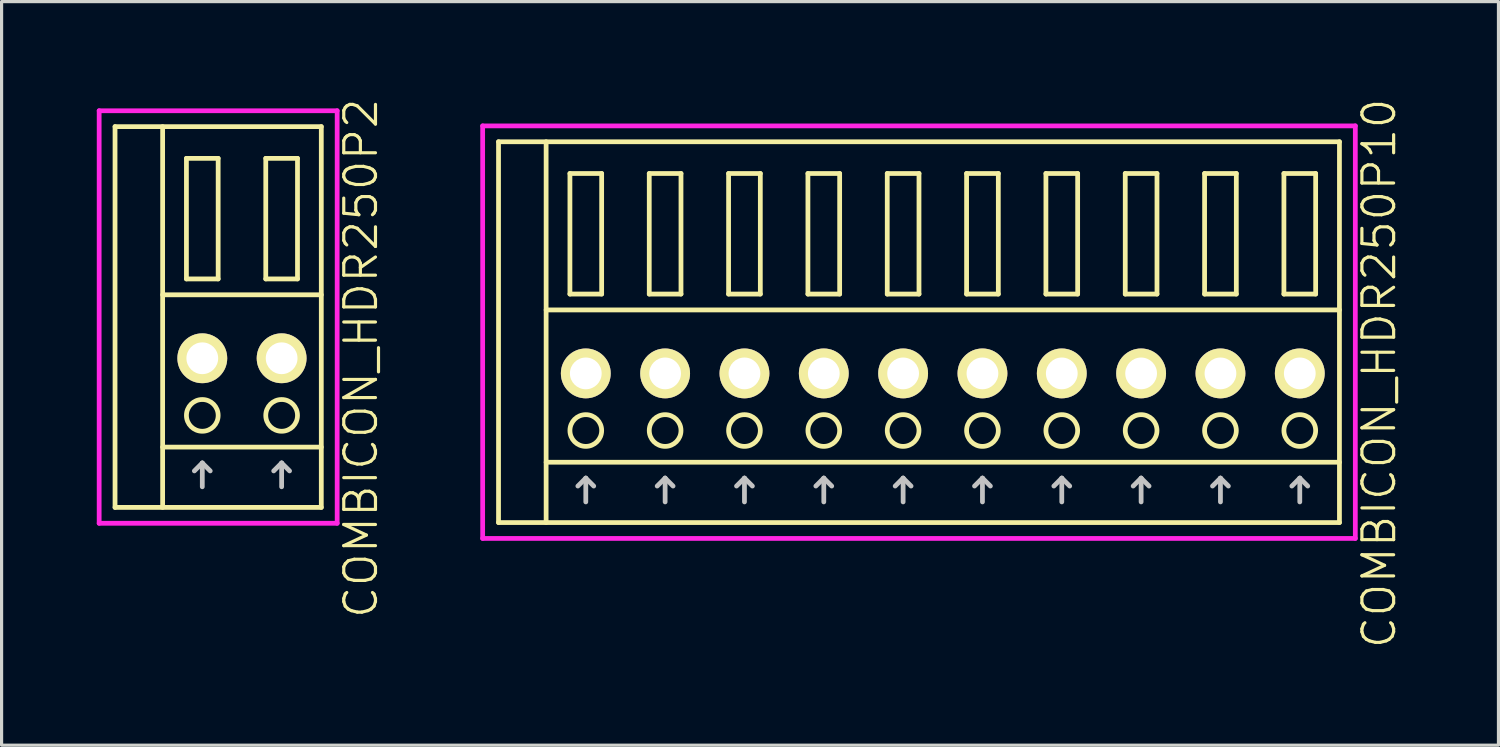
<source format=kicad_pcb>
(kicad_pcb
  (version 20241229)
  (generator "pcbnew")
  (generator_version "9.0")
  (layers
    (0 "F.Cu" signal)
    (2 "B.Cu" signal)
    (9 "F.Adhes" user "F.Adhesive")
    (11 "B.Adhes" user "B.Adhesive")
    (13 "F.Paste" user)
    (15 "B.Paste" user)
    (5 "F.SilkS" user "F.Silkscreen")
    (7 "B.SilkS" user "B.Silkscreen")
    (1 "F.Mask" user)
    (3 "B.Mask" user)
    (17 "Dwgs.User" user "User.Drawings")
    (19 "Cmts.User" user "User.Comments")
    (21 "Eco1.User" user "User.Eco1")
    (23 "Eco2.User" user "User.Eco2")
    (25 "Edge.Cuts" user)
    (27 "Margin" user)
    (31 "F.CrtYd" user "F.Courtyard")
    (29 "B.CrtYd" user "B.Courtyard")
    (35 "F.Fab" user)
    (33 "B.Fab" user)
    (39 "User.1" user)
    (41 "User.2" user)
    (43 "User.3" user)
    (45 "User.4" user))
  (footprint "COMBICON_HDR250P2"
    (layer "F.Cu")
    (at 4.575 8.24)
    (property "Reference" "COMBICON_HDR250P2" (at 3.75 0 90) (layer "F.SilkS") (effects (font (size 1 1) (thickness 0.1))))
    (attr through_hole)
    (fp_line (start -4 -7.3) (end -4 4.7) (stroke (width 0.15) (type solid)) (layer "F.SilkS"))
    (fp_line (start -4 4.7) (end 2.5 4.7) (stroke (width 0.15) (type solid)) (layer "F.SilkS"))
    (fp_line (start -2.5 -2) (end 2.5 -2) (stroke (width 0.15) (type solid)) (layer "F.SilkS"))
    (fp_line (start -2.5 2.8) (end 2.5 2.8) (stroke (width 0.15) (type solid)) (layer "F.SilkS"))
    (fp_line (start -2.5 4.7) (end -2.5 -7.3) (stroke (width 0.15) (type solid)) (layer "F.SilkS"))
    (fp_line (start -1.75 -6.3) (end -1.75 -2.5) (stroke (width 0.15) (type solid)) (layer "F.SilkS"))
    (fp_line (start -1.75 -2.5) (end -0.75 -2.5) (stroke (width 0.15) (type solid)) (layer "F.SilkS"))
    (fp_line (start -0.75 -6.3) (end -1.75 -6.3) (stroke (width 0.15) (type solid)) (layer "F.SilkS"))
    (fp_line (start -0.75 -2.5) (end -0.75 -6.3) (stroke (width 0.15) (type solid)) (layer "F.SilkS"))
    (fp_line (start 0.75 -6.3) (end 0.75 -2.5) (stroke (width 0.15) (type solid)) (layer "F.SilkS"))
    (fp_line (start 0.75 -2.5) (end 1.75 -2.5) (stroke (width 0.15) (type solid)) (layer "F.SilkS"))
    (fp_line (start 1.75 -6.3) (end 0.75 -6.3) (stroke (width 0.15) (type solid)) (layer "F.SilkS"))
    (fp_line (start 1.75 -2.5) (end 1.75 -6.3) (stroke (width 0.15) (type solid)) (layer "F.SilkS"))
    (fp_line (start 2.5 -7.3) (end -4 -7.3) (stroke (width 0.15) (type solid)) (layer "F.SilkS"))
    (fp_line (start 2.5 4.7) (end 2.5 -7.3) (stroke (width 0.15) (type solid)) (layer "F.SilkS"))
    (fp_circle (center -1.25 1.8) (end -0.75 1.8) (stroke (width 0.15) (type solid)) (fill no) (layer "F.SilkS"))
    (fp_circle (center 1.25 1.8) (end 1.75 1.8) (stroke (width 0.15) (type solid)) (fill no) (layer "F.SilkS"))
    (fp_line (start -1.5 3.55) (end -1.25 3.3) (stroke (width 0.15) (type solid)) (layer "Dwgs.User"))
    (fp_line (start -1.25 4.05) (end -1.25 3.3) (stroke (width 0.15) (type solid)) (layer "Dwgs.User"))
    (fp_line (start -1 3.55) (end -1.25 3.3) (stroke (width 0.15) (type solid)) (layer "Dwgs.User"))
    (fp_line (start 1 3.55) (end 1.25 3.3) (stroke (width 0.15) (type solid)) (layer "Dwgs.User"))
    (fp_line (start 1.25 4.05) (end 1.25 3.3) (stroke (width 0.15) (type solid)) (layer "Dwgs.User"))
    (fp_line (start 1.5 3.55) (end 1.25 3.3) (stroke (width 0.15) (type solid)) (layer "Dwgs.User"))
    (fp_line (start -4.5 -7.8) (end -4.5 5.2) (stroke (width 0.15) (type solid)) (layer "F.CrtYd"))
    (fp_line (start -4.5 5.2) (end 3 5.2) (stroke (width 0.15) (type solid)) (layer "F.CrtYd"))
    (fp_line (start 3 -7.8) (end -4.5 -7.8) (stroke (width 0.15) (type solid)) (layer "F.CrtYd"))
    (fp_line (start 3 5.2) (end 3 -7.8) (stroke (width 0.15) (type solid)) (layer "F.CrtYd"))
    (pad "1" thru_hole oval (at -1.25 0) (size 1.57 1.57) (drill 1) (layers "*.Cu" "*.Mask" "F.SilkS"))
    (pad "2" thru_hole oval (at 1.25 0) (size 1.57 1.57) (drill 1) (layers "*.Cu" "*.Mask" "F.SilkS")))
  (footprint "COMBICON_HDR250P10"
    (layer "F.Cu")
    (at 26.66 8.717)
    (property "Reference" "COMBICON_HDR250P10" (at 13.75 0 90) (layer "F.SilkS") (effects (font (size 1 1) (thickness 0.1))))
    (attr through_hole)
    (fp_line (start -14 -7.3) (end -14 4.7) (stroke (width 0.15) (type solid)) (layer "F.SilkS"))
    (fp_line (start -14 4.7) (end 12.5 4.7) (stroke (width 0.15) (type solid)) (layer "F.SilkS"))
    (fp_line (start -12.5 -2) (end 12.5 -2) (stroke (width 0.15) (type solid)) (layer "F.SilkS"))
    (fp_line (start -12.5 2.8) (end 12.5 2.8) (stroke (width 0.15) (type solid)) (layer "F.SilkS"))
    (fp_line (start -12.5 4.7) (end -12.5 -7.3) (stroke (width 0.15) (type solid)) (layer "F.SilkS"))
    (fp_line (start -11.75 -6.3) (end -11.75 -2.5) (stroke (width 0.15) (type solid)) (layer "F.SilkS"))
    (fp_line (start -11.75 -2.5) (end -10.75 -2.5) (stroke (width 0.15) (type solid)) (layer "F.SilkS"))
    (fp_line (start -10.75 -6.3) (end -11.75 -6.3) (stroke (width 0.15) (type solid)) (layer "F.SilkS"))
    (fp_line (start -10.75 -2.5) (end -10.75 -6.3) (stroke (width 0.15) (type solid)) (layer "F.SilkS"))
    (fp_line (start -9.25 -6.3) (end -9.25 -2.5) (stroke (width 0.15) (type solid)) (layer "F.SilkS"))
    (fp_line (start -9.25 -2.5) (end -8.25 -2.5) (stroke (width 0.15) (type solid)) (layer "F.SilkS"))
    (fp_line (start -8.25 -6.3) (end -9.25 -6.3) (stroke (width 0.15) (type solid)) (layer "F.SilkS"))
    (fp_line (start -8.25 -2.5) (end -8.25 -6.3) (stroke (width 0.15) (type solid)) (layer "F.SilkS"))
    (fp_line (start -6.75 -6.3) (end -6.75 -2.5) (stroke (width 0.15) (type solid)) (layer "F.SilkS"))
    (fp_line (start -6.75 -2.5) (end -5.75 -2.5) (stroke (width 0.15) (type solid)) (layer "F.SilkS"))
    (fp_line (start -5.75 -6.3) (end -6.75 -6.3) (stroke (width 0.15) (type solid)) (layer "F.SilkS"))
    (fp_line (start -5.75 -2.5) (end -5.75 -6.3) (stroke (width 0.15) (type solid)) (layer "F.SilkS"))
    (fp_line (start -4.25 -6.3) (end -4.25 -2.5) (stroke (width 0.15) (type solid)) (layer "F.SilkS"))
    (fp_line (start -4.25 -2.5) (end -3.25 -2.5) (stroke (width 0.15) (type solid)) (layer "F.SilkS"))
    (fp_line (start -3.25 -6.3) (end -4.25 -6.3) (stroke (width 0.15) (type solid)) (layer "F.SilkS"))
    (fp_line (start -3.25 -2.5) (end -3.25 -6.3) (stroke (width 0.15) (type solid)) (layer "F.SilkS"))
    (fp_line (start -1.75 -6.3) (end -1.75 -2.5) (stroke (width 0.15) (type solid)) (layer "F.SilkS"))
    (fp_line (start -1.75 -2.5) (end -0.75 -2.5) (stroke (width 0.15) (type solid)) (layer "F.SilkS"))
    (fp_line (start -0.75 -6.3) (end -1.75 -6.3) (stroke (width 0.15) (type solid)) (layer "F.SilkS"))
    (fp_line (start -0.75 -2.5) (end -0.75 -6.3) (stroke (width 0.15) (type solid)) (layer "F.SilkS"))
    (fp_line (start 0.75 -6.3) (end 0.75 -2.5) (stroke (width 0.15) (type solid)) (layer "F.SilkS"))
    (fp_line (start 0.75 -2.5) (end 1.75 -2.5) (stroke (width 0.15) (type solid)) (layer "F.SilkS"))
    (fp_line (start 1.75 -6.3) (end 0.75 -6.3) (stroke (width 0.15) (type solid)) (layer "F.SilkS"))
    (fp_line (start 1.75 -2.5) (end 1.75 -6.3) (stroke (width 0.15) (type solid)) (layer "F.SilkS"))
    (fp_line (start 3.25 -6.3) (end 3.25 -2.5) (stroke (width 0.15) (type solid)) (layer "F.SilkS"))
    (fp_line (start 3.25 -2.5) (end 4.25 -2.5) (stroke (width 0.15) (type solid)) (layer "F.SilkS"))
    (fp_line (start 4.25 -6.3) (end 3.25 -6.3) (stroke (width 0.15) (type solid)) (layer "F.SilkS"))
    (fp_line (start 4.25 -2.5) (end 4.25 -6.3) (stroke (width 0.15) (type solid)) (layer "F.SilkS"))
    (fp_line (start 5.75 -6.3) (end 5.75 -2.5) (stroke (width 0.15) (type solid)) (layer "F.SilkS"))
    (fp_line (start 5.75 -2.5) (end 6.75 -2.5) (stroke (width 0.15) (type solid)) (layer "F.SilkS"))
    (fp_line (start 6.75 -6.3) (end 5.75 -6.3) (stroke (width 0.15) (type solid)) (layer "F.SilkS"))
    (fp_line (start 6.75 -2.5) (end 6.75 -6.3) (stroke (width 0.15) (type solid)) (layer "F.SilkS"))
    (fp_line (start 8.25 -6.3) (end 8.25 -2.5) (stroke (width 0.15) (type solid)) (layer "F.SilkS"))
    (fp_line (start 8.25 -2.5) (end 9.25 -2.5) (stroke (width 0.15) (type solid)) (layer "F.SilkS"))
    (fp_line (start 9.25 -6.3) (end 8.25 -6.3) (stroke (width 0.15) (type solid)) (layer "F.SilkS"))
    (fp_line (start 9.25 -2.5) (end 9.25 -6.3) (stroke (width 0.15) (type solid)) (layer "F.SilkS"))
    (fp_line (start 10.75 -6.3) (end 10.75 -2.5) (stroke (width 0.15) (type solid)) (layer "F.SilkS"))
    (fp_line (start 10.75 -2.5) (end 11.75 -2.5) (stroke (width 0.15) (type solid)) (layer "F.SilkS"))
    (fp_line (start 11.75 -6.3) (end 10.75 -6.3) (stroke (width 0.15) (type solid)) (layer "F.SilkS"))
    (fp_line (start 11.75 -2.5) (end 11.75 -6.3) (stroke (width 0.15) (type solid)) (layer "F.SilkS"))
    (fp_line (start 12.5 -7.3) (end -14 -7.3) (stroke (width 0.15) (type solid)) (layer "F.SilkS"))
    (fp_line (start 12.5 4.7) (end 12.5 -7.3) (stroke (width 0.15) (type solid)) (layer "F.SilkS"))
    (fp_circle (center -11.25 1.8) (end -10.75 1.8) (stroke (width 0.15) (type solid)) (fill no) (layer "F.SilkS"))
    (fp_circle (center -8.75 1.8) (end -8.25 1.8) (stroke (width 0.15) (type solid)) (fill no) (layer "F.SilkS"))
    (fp_circle (center -6.25 1.8) (end -5.75 1.8) (stroke (width 0.15) (type solid)) (fill no) (layer "F.SilkS"))
    (fp_circle (center -3.75 1.8) (end -3.25 1.8) (stroke (width 0.15) (type solid)) (fill no) (layer "F.SilkS"))
    (fp_circle (center -1.25 1.8) (end -0.75 1.8) (stroke (width 0.15) (type solid)) (fill no) (layer "F.SilkS"))
    (fp_circle (center 1.25 1.8) (end 1.75 1.8) (stroke (width 0.15) (type solid)) (fill no) (layer "F.SilkS"))
    (fp_circle (center 3.75 1.8) (end 4.25 1.8) (stroke (width 0.15) (type solid)) (fill no) (layer "F.SilkS"))
    (fp_circle (center 6.25 1.8) (end 6.75 1.8) (stroke (width 0.15) (type solid)) (fill no) (layer "F.SilkS"))
    (fp_circle (center 8.75 1.8) (end 9.25 1.8) (stroke (width 0.15) (type solid)) (fill no) (layer "F.SilkS"))
    (fp_circle (center 11.25 1.8) (end 11.75 1.8) (stroke (width 0.15) (type solid)) (fill no) (layer "F.SilkS"))
    (fp_line (start -11.5 3.55) (end -11.25 3.3) (stroke (width 0.15) (type solid)) (layer "Dwgs.User"))
    (fp_line (start -11.25 4.05) (end -11.25 3.3) (stroke (width 0.15) (type solid)) (layer "Dwgs.User"))
    (fp_line (start -11 3.55) (end -11.25 3.3) (stroke (width 0.15) (type solid)) (layer "Dwgs.User"))
    (fp_line (start -9 3.55) (end -8.75 3.3) (stroke (width 0.15) (type solid)) (layer "Dwgs.User"))
    (fp_line (start -8.75 4.05) (end -8.75 3.3) (stroke (width 0.15) (type solid)) (layer "Dwgs.User"))
    (fp_line (start -8.5 3.55) (end -8.75 3.3) (stroke (width 0.15) (type solid)) (layer "Dwgs.User"))
    (fp_line (start -6.5 3.55) (end -6.25 3.3) (stroke (width 0.15) (type solid)) (layer "Dwgs.User"))
    (fp_line (start -6.25 4.05) (end -6.25 3.3) (stroke (width 0.15) (type solid)) (layer "Dwgs.User"))
    (fp_line (start -6 3.55) (end -6.25 3.3) (stroke (width 0.15) (type solid)) (layer "Dwgs.User"))
    (fp_line (start -4 3.55) (end -3.75 3.3) (stroke (width 0.15) (type solid)) (layer "Dwgs.User"))
    (fp_line (start -3.75 4.05) (end -3.75 3.3) (stroke (width 0.15) (type solid)) (layer "Dwgs.User"))
    (fp_line (start -3.5 3.55) (end -3.75 3.3) (stroke (width 0.15) (type solid)) (layer "Dwgs.User"))
    (fp_line (start -1.5 3.55) (end -1.25 3.3) (stroke (width 0.15) (type solid)) (layer "Dwgs.User"))
    (fp_line (start -1.25 4.05) (end -1.25 3.3) (stroke (width 0.15) (type solid)) (layer "Dwgs.User"))
    (fp_line (start -1 3.55) (end -1.25 3.3) (stroke (width 0.15) (type solid)) (layer "Dwgs.User"))
    (fp_line (start 1 3.55) (end 1.25 3.3) (stroke (width 0.15) (type solid)) (layer "Dwgs.User"))
    (fp_line (start 1.25 4.05) (end 1.25 3.3) (stroke (width 0.15) (type solid)) (layer "Dwgs.User"))
    (fp_line (start 1.5 3.55) (end 1.25 3.3) (stroke (width 0.15) (type solid)) (layer "Dwgs.User"))
    (fp_line (start 3.5 3.55) (end 3.75 3.3) (stroke (width 0.15) (type solid)) (layer "Dwgs.User"))
    (fp_line (start 3.75 4.05) (end 3.75 3.3) (stroke (width 0.15) (type solid)) (layer "Dwgs.User"))
    (fp_line (start 4 3.55) (end 3.75 3.3) (stroke (width 0.15) (type solid)) (layer "Dwgs.User"))
    (fp_line (start 6 3.55) (end 6.25 3.3) (stroke (width 0.15) (type solid)) (layer "Dwgs.User"))
    (fp_line (start 6.25 4.05) (end 6.25 3.3) (stroke (width 0.15) (type solid)) (layer "Dwgs.User"))
    (fp_line (start 6.5 3.55) (end 6.25 3.3) (stroke (width 0.15) (type solid)) (layer "Dwgs.User"))
    (fp_line (start 8.5 3.55) (end 8.75 3.3) (stroke (width 0.15) (type solid)) (layer "Dwgs.User"))
    (fp_line (start 8.75 4.05) (end 8.75 3.3) (stroke (width 0.15) (type solid)) (layer "Dwgs.User"))
    (fp_line (start 9 3.55) (end 8.75 3.3) (stroke (width 0.15) (type solid)) (layer "Dwgs.User"))
    (fp_line (start 11 3.55) (end 11.25 3.3) (stroke (width 0.15) (type solid)) (layer "Dwgs.User"))
    (fp_line (start 11.25 4.05) (end 11.25 3.3) (stroke (width 0.15) (type solid)) (layer "Dwgs.User"))
    (fp_line (start 11.5 3.55) (end 11.25 3.3) (stroke (width 0.15) (type solid)) (layer "Dwgs.User"))
    (fp_line (start -14.5 -7.8) (end -14.5 5.2) (stroke (width 0.15) (type solid)) (layer "F.CrtYd"))
    (fp_line (start -14.5 5.2) (end 13 5.2) (stroke (width 0.15) (type solid)) (layer "F.CrtYd"))
    (fp_line (start 13 -7.8) (end -14.5 -7.8) (stroke (width 0.15) (type solid)) (layer "F.CrtYd"))
    (fp_line (start 13 5.2) (end 13 -7.8) (stroke (width 0.15) (type solid)) (layer "F.CrtYd"))
    (pad "1" thru_hole oval (at -11.25 0) (size 1.57 1.57) (drill 1) (layers "*.Cu" "*.Mask" "F.SilkS"))
    (pad "2" thru_hole oval (at -8.75 0) (size 1.57 1.57) (drill 1) (layers "*.Cu" "*.Mask" "F.SilkS"))
    (pad "3" thru_hole oval (at -6.25 0) (size 1.57 1.57) (drill 1) (layers "*.Cu" "*.Mask" "F.SilkS"))
    (pad "4" thru_hole oval (at -3.75 0) (size 1.57 1.57) (drill 1) (layers "*.Cu" "*.Mask" "F.SilkS"))
    (pad "5" thru_hole oval (at -1.25 0) (size 1.57 1.57) (drill 1) (layers "*.Cu" "*.Mask" "F.SilkS"))
    (pad "6" thru_hole oval (at 1.25 0) (size 1.57 1.57) (drill 1) (layers "*.Cu" "*.Mask" "F.SilkS"))
    (pad "7" thru_hole oval (at 3.75 0) (size 1.57 1.57) (drill 1) (layers "*.Cu" "*.Mask" "F.SilkS"))
    (pad "8" thru_hole oval (at 6.25 0) (size 1.57 1.57) (drill 1) (layers "*.Cu" "*.Mask" "F.SilkS"))
    (pad "9" thru_hole oval (at 8.75 0) (size 1.57 1.57) (drill 1) (layers "*.Cu" "*.Mask" "F.SilkS"))
    (pad "10" thru_hole oval (at 11.25 0) (size 1.57 1.57) (drill 1) (layers "*.Cu" "*.Mask" "F.SilkS")))
  (gr_rect
    (start -3 -3)
    (end 44.171 20.433)
    (stroke (width 0.1) (type default))
    (fill no)
    (layer "Edge.Cuts")))
</source>
